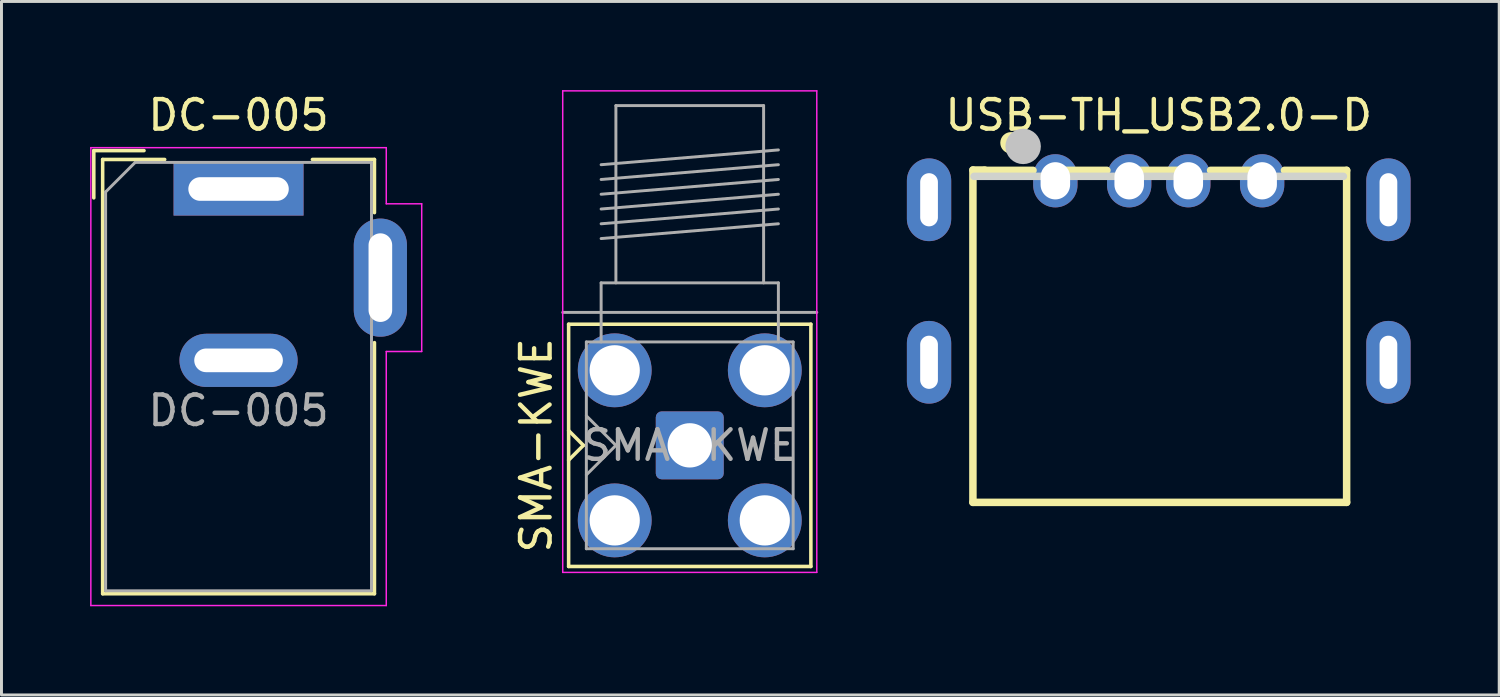
<source format=kicad_pcb>
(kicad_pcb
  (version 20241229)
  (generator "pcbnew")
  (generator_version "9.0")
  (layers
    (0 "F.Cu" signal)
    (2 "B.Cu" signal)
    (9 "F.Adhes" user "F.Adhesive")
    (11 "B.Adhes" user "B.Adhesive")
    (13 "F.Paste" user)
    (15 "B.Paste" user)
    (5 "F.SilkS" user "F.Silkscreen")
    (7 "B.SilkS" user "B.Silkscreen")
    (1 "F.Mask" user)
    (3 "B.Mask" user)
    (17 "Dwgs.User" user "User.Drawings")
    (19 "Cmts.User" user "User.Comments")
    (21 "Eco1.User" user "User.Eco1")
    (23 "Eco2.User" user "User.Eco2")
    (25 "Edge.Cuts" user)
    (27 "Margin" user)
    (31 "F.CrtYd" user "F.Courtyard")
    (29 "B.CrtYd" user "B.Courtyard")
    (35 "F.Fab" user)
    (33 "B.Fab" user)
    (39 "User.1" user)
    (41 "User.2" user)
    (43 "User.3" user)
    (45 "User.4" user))
  (footprint "USB-TH_USB2.0-D"
    (layer "F.Cu")
    (at 36.173 6.141)
    (property "Reference" "USB-TH_USB2.0-D" (at 0 -5.293 0) (layer "F.SilkS") (effects (font (size 1 1) (thickness 0.15))))
    (fp_line (start -6.29 -3.436) (end -5.89 -3.436) (stroke (width 0.254) (type default)) (layer "F.SilkS"))
    (fp_line (start -6.29 7.814) (end -6.29 -3.436) (stroke (width 0.254) (type default)) (layer "F.SilkS"))
    (fp_line (start -5.91 -3.425) (end -4.255 -3.425) (stroke (width 0.254) (type default)) (layer "F.SilkS"))
    (fp_line (start -3.245 -3.425) (end -1.754 -3.425) (stroke (width 0.254) (type default)) (layer "F.SilkS"))
    (fp_line (start -0.746 -3.425) (end 0.746 -3.425) (stroke (width 0.254) (type default)) (layer "F.SilkS"))
    (fp_line (start 1.754 -3.425) (end 3.245 -3.425) (stroke (width 0.254) (type default)) (layer "F.SilkS"))
    (fp_line (start 4.255 -3.425) (end 6.36 -3.425) (stroke (width 0.254) (type default)) (layer "F.SilkS"))
    (fp_line (start 6.36 -3.425) (end 6.36 7.814) (stroke (width 0.254) (type default)) (layer "F.SilkS"))
    (fp_line (start 6.36 7.814) (end -6.29 7.814) (stroke (width 0.254) (type default)) (layer "F.SilkS"))
    (fp_circle (center -5 -4.356) (end -4.89 -4.356) (stroke (width 0.254) (type default)) (fill no) (layer "F.SilkS"))
    (fp_circle (center -4.59 -4.236) (end -4.29 -4.236) (stroke (width 0.6) (type default)) (fill no) (layer "Dwgs.User"))
    (fp_line (start -6.25 -3.222) (end 6.25 -3.222) (stroke (width 0.254) (type default)) (layer "Edge.Cuts"))
    (fp_poly (pts (xy -7.975 -1.778) (xy -7.975 -3.079) (xy -7.575 -3.079) (xy -7.575 -1.778)) (stroke (width 0.1) (type default)) (fill no) (layer "User.1"))
    (fp_poly (pts (xy -7.975 3.722) (xy -7.975 2.422) (xy -7.575 2.422) (xy -7.575 3.722)) (stroke (width 0.1) (type default)) (fill no) (layer "User.1"))
    (fp_poly (pts (xy -7.585 -1.778) (xy -7.585 -3.079) (xy -6.24 -3.079) (xy -6.24 -1.778)) (stroke (width 0.1) (type default)) (fill no) (layer "User.1"))
    (fp_poly (pts (xy -7.585 3.722) (xy -7.585 2.422) (xy -6.24 2.422) (xy -6.24 3.722)) (stroke (width 0.1) (type default)) (fill no) (layer "User.1"))
    (fp_poly (pts (xy -3.8 -3.272) (xy -3.2 -3.272) (xy -3.2 -2.872) (xy -3.8 -2.872)) (stroke (width 0.1) (type default)) (fill no) (layer "User.1"))
    (fp_poly (pts (xy -1.3 -3.272) (xy -0.7 -3.272) (xy -0.7 -2.872) (xy -1.3 -2.872)) (stroke (width 0.1) (type default)) (fill no) (layer "User.1"))
    (fp_poly (pts (xy 0.7 -3.272) (xy 1.3 -3.272) (xy 1.3 -2.872) (xy 0.7 -2.872)) (stroke (width 0.1) (type default)) (fill no) (layer "User.1"))
    (fp_poly (pts (xy 3.2 -3.272) (xy 3.8 -3.272) (xy 3.8 -2.872) (xy 3.2 -2.872)) (stroke (width 0.1) (type default)) (fill no) (layer "User.1"))
    (fp_poly (pts (xy 6.24 -1.778) (xy 6.24 -3.079) (xy 7.585 -3.079) (xy 7.585 -1.778)) (stroke (width 0.1) (type default)) (fill no) (layer "User.1"))
    (fp_poly (pts (xy 6.24 3.722) (xy 6.24 2.422) (xy 7.585 2.422) (xy 7.585 3.722)) (stroke (width 0.1) (type default)) (fill no) (layer "User.1"))
    (fp_poly (pts (xy 7.575 -1.778) (xy 7.575 -3.079) (xy 7.975 -3.079) (xy 7.975 -1.778)) (stroke (width 0.1) (type default)) (fill no) (layer "User.1"))
    (fp_poly (pts (xy 7.575 3.722) (xy 7.575 2.422) (xy 7.975 2.422) (xy 7.975 3.722)) (stroke (width 0.1) (type default)) (fill no) (layer "User.1"))
    (fp_line (start -6.25 -3.228) (end 6.25 -3.228) (stroke (width 0.051) (type default)) (layer "User.2"))
    (fp_line (start -6.25 7.822) (end -6.25 -3.228) (stroke (width 0.051) (type default)) (layer "User.2"))
    (fp_line (start 6.25 -3.228) (end 6.25 7.822) (stroke (width 0.051) (type default)) (layer "User.2"))
    (fp_line (start 6.25 7.822) (end -6.25 7.822) (stroke (width 0.051) (type default)) (layer "User.2"))
    (fp_poly (pts (xy -7.925 -3.514) (xy -7.957 -3.547) (xy -8.003 -3.547) (xy -8.035 -3.514) (xy -8.035 -3.469) (xy -8.003 -3.436) (xy -7.957 -3.436) (xy -7.925 -3.469)) (stroke (width 0.1) (type default)) (fill no) (layer "User.3"))
    (pad "1" thru_hole oval (at -3.5 -3.071) (size 1.5 1.8) (drill oval 1 1.26) (layers "*.Cu" "*.Mask"))
    (pad "2" thru_hole oval (at -1 -3.071) (size 1.5 1.8) (drill oval 1 1.26) (layers "*.Cu" "*.Mask"))
    (pad "3" thru_hole oval (at 1 -3.072) (size 1.5 1.8) (drill oval 1 1.26) (layers "*.Cu" "*.Mask"))
    (pad "4" thru_hole oval (at 3.5 -3.071) (size 1.5 1.8) (drill oval 1 1.26) (layers "*.Cu" "*.Mask"))
    (pad "5" thru_hole oval (at 7.775 -2.429) (size 1.5 2.8) (drill oval 0.6 1.8) (layers "*.Cu" "*.Mask"))
    (pad "6" thru_hole oval (at 7.775 3.072) (size 1.5 2.8) (drill oval 0.6 1.8) (layers "*.Cu" "*.Mask"))
    (pad "7" thru_hole oval (at -7.775 -2.429) (size 1.5 2.8) (drill oval 0.6 1.8) (layers "*.Cu" "*.Mask"))
    (pad "8" thru_hole oval (at -7.775 3.072) (size 1.5 2.8) (drill oval 0.6 1.8) (layers "*.Cu" "*.Mask")))
  (footprint "DC-005"
    (layer "F.Cu")
    (at 5.025 3.348)
    (property "Reference" "DC-005" (at 0 -2.5 0) (layer "F.SilkS") (effects (font (size 1 1) (thickness 0.15))))
    (attr through_hole)
    (fp_line (start -4.9 -1.3) (end -4.9 0.3) (stroke (width 0.12) (type solid)) (layer "F.SilkS"))
    (fp_line (start -4.6 -1) (end -2.5 -1) (stroke (width 0.12) (type solid)) (layer "F.SilkS"))
    (fp_line (start -4.6 13.7) (end -4.6 -1) (stroke (width 0.12) (type solid)) (layer "F.SilkS"))
    (fp_line (start -3.2 -1.3) (end -4.9 -1.3) (stroke (width 0.12) (type solid)) (layer "F.SilkS"))
    (fp_line (start 2.5 -1) (end 4.6 -1) (stroke (width 0.12) (type solid)) (layer "F.SilkS"))
    (fp_line (start 4.6 -1) (end 4.6 0.8) (stroke (width 0.12) (type solid)) (layer "F.SilkS"))
    (fp_line (start 4.6 5.2) (end 4.6 13.7) (stroke (width 0.12) (type solid)) (layer "F.SilkS"))
    (fp_line (start 4.6 13.7) (end -4.6 13.7) (stroke (width 0.12) (type solid)) (layer "F.SilkS"))
    (fp_line (start -5 -1.4) (end -5 14.1) (stroke (width 0.05) (type solid)) (layer "F.CrtYd"))
    (fp_line (start -5 14.1) (end 5 14.1) (stroke (width 0.05) (type solid)) (layer "F.CrtYd"))
    (fp_line (start 5 -1.4) (end -5 -1.4) (stroke (width 0.05) (type solid)) (layer "F.CrtYd"))
    (fp_line (start 5 0.5) (end 5 -1.4) (stroke (width 0.05) (type solid)) (layer "F.CrtYd"))
    (fp_line (start 5 14.1) (end 5 5.5) (stroke (width 0.05) (type solid)) (layer "F.CrtYd"))
    (fp_line (start 6.2 0.5) (end 5 0.5) (stroke (width 0.05) (type solid)) (layer "F.CrtYd"))
    (fp_line (start 6.2 0.5) (end 6.2 5.5) (stroke (width 0.05) (type solid)) (layer "F.CrtYd"))
    (fp_line (start 6.2 5.5) (end 5 5.5) (stroke (width 0.05) (type solid)) (layer "F.CrtYd"))
    (fp_line (start -4.5 0.1) (end -3.5 -0.9) (stroke (width 0.1) (type solid)) (layer "F.Fab"))
    (fp_line (start -4.5 13.6) (end -4.5 0.1) (stroke (width 0.1) (type solid)) (layer "F.Fab"))
    (fp_line (start 4.5 -0.9) (end -3.5 -0.9) (stroke (width 0.1) (type solid)) (layer "F.Fab"))
    (fp_line (start 4.5 -0.9) (end 4.5 13.6) (stroke (width 0.1) (type solid)) (layer "F.Fab"))
    (fp_line (start 4.5 13.6) (end -4.5 13.6) (stroke (width 0.1) (type solid)) (layer "F.Fab"))
    (fp_text user "${REFERENCE}" (at 0 7.5 0) (layer "F.Fab") (effects (font (size 1 1) (thickness 0.15))))
    (pad "1" thru_hole rect (at 0 0) (size 4.4 1.8) (drill oval 3.4 0.8) (layers "*.Cu" "*.Mask"))
    (pad "2" thru_hole oval (at 0 5.8) (size 4 1.8) (drill oval 3 0.8) (layers "*.Cu" "*.Mask"))
    (pad "3" thru_hole oval (at 4.8 3 90) (size 4 1.8) (drill oval 3 0.8) (layers "*.Cu" "*.Mask")))
  (footprint "SMA-KWE"
    (layer "F.Cu")
    (at 20.298 12.025)
    (property "Reference" "SMA-KWE" (at -5.2 0 90) (layer "F.SilkS") (effects (font (size 1 1) (thickness 0.15))))
    (attr through_hole)
    (fp_line (start -4.1 -4.1) (end -4.1 4.1) (stroke (width 0.12) (type solid)) (layer "F.SilkS"))
    (fp_line (start -4.1 -4.1) (end 4.1 -4.1) (stroke (width 0.12) (type solid)) (layer "F.SilkS"))
    (fp_line (start -4.1 0.5) (end -3.6 0) (stroke (width 0.12) (type solid)) (layer "F.SilkS"))
    (fp_line (start -4.1 4.1) (end 4.1 4.1) (stroke (width 0.12) (type solid)) (layer "F.SilkS"))
    (fp_line (start -3.6 0) (end -4.1 -0.5) (stroke (width 0.12) (type solid)) (layer "F.SilkS"))
    (fp_line (start 4.1 -4.1) (end 4.1 4.1) (stroke (width 0.12) (type solid)) (layer "F.SilkS"))
    (fp_line (start -4.3 -12) (end -4.3 4.3) (stroke (width 0.05) (type solid)) (layer "F.CrtYd"))
    (fp_line (start -4.3 -12) (end 4.3 -12) (stroke (width 0.05) (type solid)) (layer "F.CrtYd"))
    (fp_line (start 4.3 4.3) (end -4.3 4.3) (stroke (width 0.05) (type solid)) (layer "F.CrtYd"))
    (fp_line (start 4.3 4.3) (end 4.3 -12) (stroke (width 0.05) (type solid)) (layer "F.CrtYd"))
    (fp_line (start -4.3 -4.5) (end 4.3 -4.5) (stroke (width 0.1) (type default)) (layer "F.Fab"))
    (fp_line (start -3.5 -3.5) (end -3.5 3.5) (stroke (width 0.1) (type solid)) (layer "F.Fab"))
    (fp_line (start -3.5 -3.5) (end 3.5 -3.5) (stroke (width 0.1) (type solid)) (layer "F.Fab"))
    (fp_line (start -3.5 -1) (end -2.5 0) (stroke (width 0.1) (type solid)) (layer "F.Fab"))
    (fp_line (start -3.5 3.5) (end 3.5 3.5) (stroke (width 0.1) (type solid)) (layer "F.Fab"))
    (fp_line (start -3 -9.5) (end 3 -10) (stroke (width 0.1) (type solid)) (layer "F.Fab"))
    (fp_line (start -3 -9) (end 3 -9.5) (stroke (width 0.1) (type solid)) (layer "F.Fab"))
    (fp_line (start -3 -8.5) (end 3 -9) (stroke (width 0.1) (type solid)) (layer "F.Fab"))
    (fp_line (start -3 -8) (end 3 -8.5) (stroke (width 0.1) (type solid)) (layer "F.Fab"))
    (fp_line (start -3 -7.5) (end 3 -8) (stroke (width 0.1) (type solid)) (layer "F.Fab"))
    (fp_line (start -3 -7) (end 3 -7.5) (stroke (width 0.1) (type solid)) (layer "F.Fab"))
    (fp_line (start -3 -5.5) (end -3 -3.5) (stroke (width 0.1) (type solid)) (layer "F.Fab"))
    (fp_line (start -2.5 -11.5) (end -2.5 -5.5) (stroke (width 0.1) (type solid)) (layer "F.Fab"))
    (fp_line (start -2.5 -11.5) (end 2.5 -11.5) (stroke (width 0.1) (type solid)) (layer "F.Fab"))
    (fp_line (start -2.5 0) (end -3.5 1) (stroke (width 0.1) (type solid)) (layer "F.Fab"))
    (fp_line (start 2.5 -11.5) (end 2.5 -5.5) (stroke (width 0.1) (type solid)) (layer "F.Fab"))
    (fp_line (start 3 -5.5) (end -3 -5.5) (stroke (width 0.1) (type solid)) (layer "F.Fab"))
    (fp_line (start 3 -5.5) (end 3 -3.5) (stroke (width 0.1) (type solid)) (layer "F.Fab"))
    (fp_line (start 3.5 -3.5) (end 3.5 3.5) (stroke (width 0.1) (type solid)) (layer "F.Fab"))
    (fp_text user "${REFERENCE}" (at 0 0 0) (layer "F.Fab") (effects (font (size 1 1) (thickness 0.15))))
    (pad "1" thru_hole roundrect (at 0 0) (size 2.3 2.3) (drill 1.5) (layers "*.Cu" "*.Mask") (remove_unused_layers yes) (keep_end_layers yes) (zone_layer_connections) (roundrect_rratio 0.087))
    (pad "2" thru_hole circle (at -2.54 -2.54) (size 2.5 2.5) (drill 1.7) (layers "*.Cu" "*.Mask") (remove_unused_layers yes) (keep_end_layers yes) (zone_layer_connections))
    (pad "2" thru_hole circle (at -2.54 2.54) (size 2.5 2.5) (drill 1.7) (layers "*.Cu" "*.Mask") (remove_unused_layers yes) (keep_end_layers yes) (zone_layer_connections))
    (pad "2" thru_hole circle (at 2.54 -2.54) (size 2.5 2.5) (drill 1.7) (layers "*.Cu" "*.Mask") (remove_unused_layers yes) (keep_end_layers yes) (zone_layer_connections))
    (pad "2" thru_hole circle (at 2.54 2.54) (size 2.5 2.5) (drill 1.7) (layers "*.Cu" "*.Mask") (remove_unused_layers yes) (keep_end_layers yes) (zone_layer_connections)))
  (gr_rect
    (start -3 -3)
    (end 47.698 20.473)
    (stroke (width 0.1) (type default))
    (fill no)
    (layer "Edge.Cuts")))
</source>
